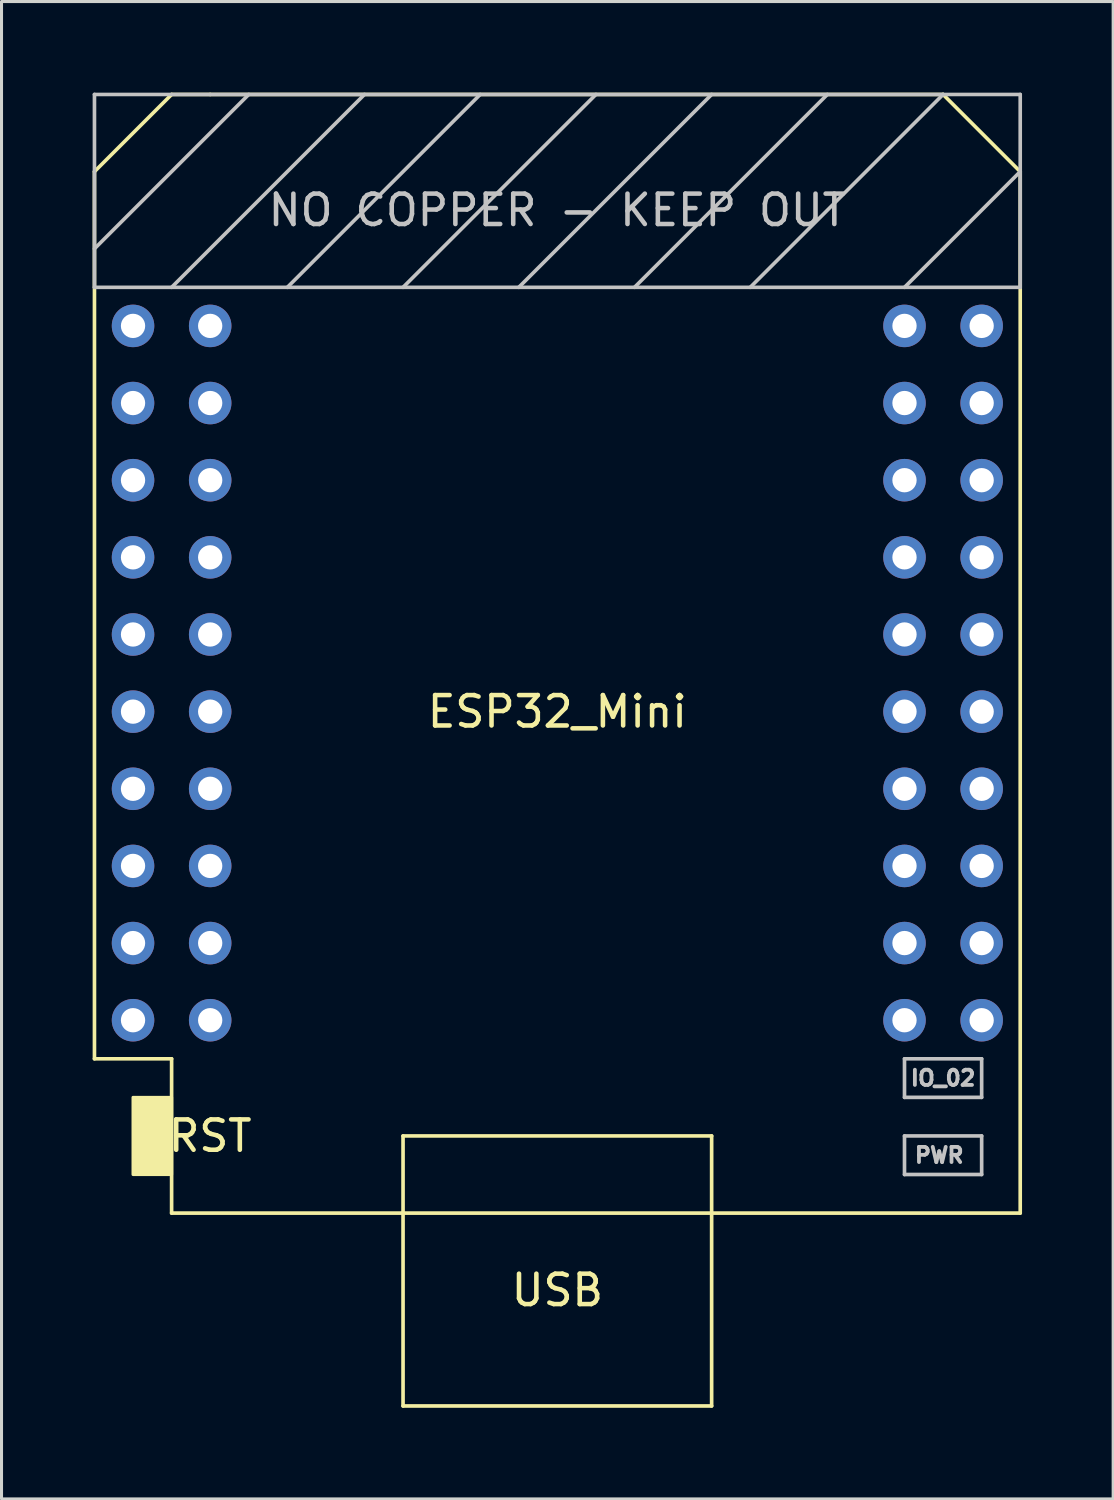
<source format=kicad_pcb>
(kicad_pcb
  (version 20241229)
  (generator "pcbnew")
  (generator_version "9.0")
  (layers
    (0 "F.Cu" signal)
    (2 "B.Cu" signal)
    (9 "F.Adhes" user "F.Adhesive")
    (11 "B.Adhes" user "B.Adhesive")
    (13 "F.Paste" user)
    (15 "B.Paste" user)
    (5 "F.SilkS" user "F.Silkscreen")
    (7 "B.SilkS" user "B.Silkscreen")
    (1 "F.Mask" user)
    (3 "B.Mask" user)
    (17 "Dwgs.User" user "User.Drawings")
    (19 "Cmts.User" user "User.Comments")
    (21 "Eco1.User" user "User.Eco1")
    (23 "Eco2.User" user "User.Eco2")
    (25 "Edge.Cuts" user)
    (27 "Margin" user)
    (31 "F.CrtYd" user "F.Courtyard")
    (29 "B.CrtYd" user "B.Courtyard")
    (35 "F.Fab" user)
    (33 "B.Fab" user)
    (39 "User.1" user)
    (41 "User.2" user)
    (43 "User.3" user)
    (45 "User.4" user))
  (footprint "ESP32_Mini"
    (layer "F.Cu")
    (at 15.3 19.11)
    (property "Reference" "ESP32_Mini" (at 0 1.27 0) (layer "F.SilkS") (effects (font (size 1 1) (thickness 0.15))))
    (attr through_hole)
    (fp_line (start -15.24 -16.51) (end -15.24 12.7) (stroke (width 0.12) (type solid)) (layer "F.SilkS"))
    (fp_line (start -15.24 12.7) (end -12.7 12.7) (stroke (width 0.12) (type solid)) (layer "F.SilkS"))
    (fp_line (start -12.7 -19.05) (end -15.24 -16.51) (stroke (width 0.12) (type solid)) (layer "F.SilkS"))
    (fp_line (start -12.7 -19.05) (end -11.43 -19.05) (stroke (width 0.12) (type solid)) (layer "F.SilkS"))
    (fp_line (start -12.7 12.7) (end -12.7 17.78) (stroke (width 0.12) (type solid)) (layer "F.SilkS"))
    (fp_line (start -12.7 17.78) (end 15.24 17.78) (stroke (width 0.12) (type solid)) (layer "F.SilkS"))
    (fp_line (start -5.08 15.24) (end 5.08 15.24) (stroke (width 0.12) (type solid)) (layer "F.SilkS"))
    (fp_line (start -5.08 17.78) (end -5.08 15.24) (stroke (width 0.12) (type solid)) (layer "F.SilkS"))
    (fp_line (start -5.08 17.78) (end -5.08 24.13) (stroke (width 0.12) (type solid)) (layer "F.SilkS"))
    (fp_line (start -5.08 24.13) (end 5.08 24.13) (stroke (width 0.12) (type solid)) (layer "F.SilkS"))
    (fp_line (start 5.08 15.24) (end 5.08 17.78) (stroke (width 0.12) (type solid)) (layer "F.SilkS"))
    (fp_line (start 5.08 24.13) (end 5.08 17.78) (stroke (width 0.12) (type solid)) (layer "F.SilkS"))
    (fp_line (start 12.7 -19.05) (end -11.43 -19.05) (stroke (width 0.12) (type solid)) (layer "F.SilkS"))
    (fp_line (start 12.7 -19.05) (end 15.24 -16.51) (stroke (width 0.12) (type solid)) (layer "F.SilkS"))
    (fp_line (start 15.24 -16.51) (end 15.24 17.78) (stroke (width 0.12) (type solid)) (layer "F.SilkS"))
    (fp_poly (pts (xy -13.97 16.51) (xy -13.97 13.97) (xy -12.7 13.97) (xy -12.7 16.51)) (stroke (width 0.1) (type solid)) (fill yes) (layer "F.SilkS"))
    (fp_line (start -15.24 -19.05) (end -15.24 -12.7) (stroke (width 0.12) (type solid)) (layer "Dwgs.User"))
    (fp_line (start -15.24 -12.7) (end 15.24 -12.7) (stroke (width 0.12) (type solid)) (layer "Dwgs.User"))
    (fp_line (start -10.16 -19.05) (end -15.24 -13.97) (stroke (width 0.12) (type solid)) (layer "Dwgs.User"))
    (fp_line (start -6.35 -19.05) (end -12.7 -12.7) (stroke (width 0.12) (type solid)) (layer "Dwgs.User"))
    (fp_line (start -2.54 -19.05) (end -8.89 -12.7) (stroke (width 0.12) (type solid)) (layer "Dwgs.User"))
    (fp_line (start 1.27 -19.05) (end -5.08 -12.7) (stroke (width 0.12) (type solid)) (layer "Dwgs.User"))
    (fp_line (start 5.08 -19.05) (end -1.27 -12.7) (stroke (width 0.12) (type solid)) (layer "Dwgs.User"))
    (fp_line (start 8.89 -19.05) (end 2.54 -12.7) (stroke (width 0.12) (type solid)) (layer "Dwgs.User"))
    (fp_line (start 11.43 12.7) (end 11.43 13.97) (stroke (width 0.12) (type solid)) (layer "Dwgs.User"))
    (fp_line (start 11.43 13.97) (end 13.97 13.97) (stroke (width 0.12) (type solid)) (layer "Dwgs.User"))
    (fp_line (start 11.43 15.24) (end 13.97 15.24) (stroke (width 0.12) (type solid)) (layer "Dwgs.User"))
    (fp_line (start 11.43 16.51) (end 11.43 15.24) (stroke (width 0.12) (type solid)) (layer "Dwgs.User"))
    (fp_line (start 12.7 -19.05) (end 6.35 -12.7) (stroke (width 0.12) (type solid)) (layer "Dwgs.User"))
    (fp_line (start 13.97 12.7) (end 11.43 12.7) (stroke (width 0.12) (type solid)) (layer "Dwgs.User"))
    (fp_line (start 13.97 13.97) (end 13.97 12.7) (stroke (width 0.12) (type solid)) (layer "Dwgs.User"))
    (fp_line (start 13.97 15.24) (end 13.97 16.51) (stroke (width 0.12) (type solid)) (layer "Dwgs.User"))
    (fp_line (start 13.97 16.51) (end 11.43 16.51) (stroke (width 0.12) (type solid)) (layer "Dwgs.User"))
    (fp_line (start 15.24 -19.05) (end -15.24 -19.05) (stroke (width 0.12) (type solid)) (layer "Dwgs.User"))
    (fp_line (start 15.24 -16.51) (end 11.43 -12.7) (stroke (width 0.12) (type solid)) (layer "Dwgs.User"))
    (fp_line (start 15.24 -12.7) (end 15.24 -19.05) (stroke (width 0.12) (type solid)) (layer "Dwgs.User"))
    (fp_text user "RST" (at -11.43 15.24 0) (layer "F.SilkS") (effects (font (size 1 1) (thickness 0.15))))
    (fp_text user "USB" (at 0 20.32 0) (layer "F.SilkS") (effects (font (size 1 1) (thickness 0.15))))
    (fp_text user "NO COPPER - KEEP OUT" (at 0 -15.24 0) (layer "Dwgs.User") (effects (font (size 1 1) (thickness 0.15))))
    (fp_text user "IO_02" (at 12.7 13.335 0) (layer "Dwgs.User") (effects (font (size 0.5 0.5) (thickness 0.125))))
    (fp_text user "PWR" (at 12.573 15.875 0) (layer "Dwgs.User") (effects (font (size 0.5 0.5) (thickness 0.125))))
    (pad "1" thru_hole circle (at -13.97 -11.43 270) (size 1.4 1.4) (drill 0.8) (layers "*.Cu" "*.Mask"))
    (pad "2" thru_hole circle (at -11.43 -11.43 270) (size 1.4 1.4) (drill 0.8) (layers "*.Cu" "*.Mask"))
    (pad "3" thru_hole circle (at -13.97 -8.89 270) (size 1.4 1.4) (drill 0.8) (layers "*.Cu" "*.Mask"))
    (pad "4" thru_hole circle (at -11.43 -8.89 270) (size 1.4 1.4) (drill 0.8) (layers "*.Cu" "*.Mask"))
    (pad "5" thru_hole circle (at -13.97 -6.35 270) (size 1.4 1.4) (drill 0.8) (layers "*.Cu" "*.Mask"))
    (pad "6" thru_hole circle (at -11.43 -6.35 270) (size 1.4 1.4) (drill 0.8) (layers "*.Cu" "*.Mask"))
    (pad "7" thru_hole circle (at -13.97 -3.81 270) (size 1.4 1.4) (drill 0.8) (layers "*.Cu" "*.Mask"))
    (pad "8" thru_hole circle (at -11.43 -3.81 270) (size 1.4 1.4) (drill 0.8) (layers "*.Cu" "*.Mask"))
    (pad "9" thru_hole circle (at -13.97 -1.27 270) (size 1.4 1.4) (drill 0.8) (layers "*.Cu" "*.Mask"))
    (pad "10" thru_hole circle (at -11.43 -1.27 270) (size 1.4 1.4) (drill 0.8) (layers "*.Cu" "*.Mask"))
    (pad "11" thru_hole circle (at -13.97 1.27 270) (size 1.4 1.4) (drill 0.8) (layers "*.Cu" "*.Mask"))
    (pad "12" thru_hole circle (at -11.43 1.27 270) (size 1.4 1.4) (drill 0.8) (layers "*.Cu" "*.Mask"))
    (pad "13" thru_hole circle (at -13.97 3.81 270) (size 1.4 1.4) (drill 0.8) (layers "*.Cu" "*.Mask"))
    (pad "14" thru_hole circle (at -11.43 3.81 270) (size 1.4 1.4) (drill 0.8) (layers "*.Cu" "*.Mask"))
    (pad "15" thru_hole circle (at -13.97 6.35 270) (size 1.4 1.4) (drill 0.8) (layers "*.Cu" "*.Mask"))
    (pad "16" thru_hole circle (at -11.43 6.35 270) (size 1.4 1.4) (drill 0.8) (layers "*.Cu" "*.Mask"))
    (pad "17" thru_hole circle (at -13.97 8.89 270) (size 1.4 1.4) (drill 0.8) (layers "*.Cu" "*.Mask"))
    (pad "18" thru_hole circle (at -11.43 8.89 270) (size 1.4 1.4) (drill 0.8) (layers "*.Cu" "*.Mask"))
    (pad "19" thru_hole circle (at -13.97 11.43 270) (size 1.4 1.4) (drill 0.8) (layers "*.Cu" "*.Mask"))
    (pad "20" thru_hole circle (at -11.43 11.43 270) (size 1.4 1.4) (drill 0.8) (layers "*.Cu" "*.Mask"))
    (pad "21" thru_hole circle (at 11.43 -11.43 270) (size 1.4 1.4) (drill 0.8) (layers "*.Cu" "*.Mask"))
    (pad "22" thru_hole circle (at 13.97 -11.43 270) (size 1.4 1.4) (drill 0.8) (layers "*.Cu" "*.Mask"))
    (pad "23" thru_hole circle (at 11.43 -8.89 270) (size 1.4 1.4) (drill 0.8) (layers "*.Cu" "*.Mask"))
    (pad "24" thru_hole circle (at 13.97 -8.89 270) (size 1.4 1.4) (drill 0.8) (layers "*.Cu" "*.Mask"))
    (pad "25" thru_hole circle (at 11.43 -6.35 270) (size 1.4 1.4) (drill 0.8) (layers "*.Cu" "*.Mask"))
    (pad "26" thru_hole circle (at 13.97 -6.35 270) (size 1.4 1.4) (drill 0.8) (layers "*.Cu" "*.Mask"))
    (pad "27" thru_hole circle (at 11.43 -3.81 270) (size 1.4 1.4) (drill 0.8) (layers "*.Cu" "*.Mask"))
    (pad "28" thru_hole circle (at 13.97 -3.81 270) (size 1.4 1.4) (drill 0.8) (layers "*.Cu" "*.Mask"))
    (pad "29" thru_hole circle (at 11.43 -1.27 270) (size 1.4 1.4) (drill 0.8) (layers "*.Cu" "*.Mask"))
    (pad "30" thru_hole circle (at 13.97 -1.27 270) (size 1.4 1.4) (drill 0.8) (layers "*.Cu" "*.Mask"))
    (pad "31" thru_hole circle (at 11.43 1.27 270) (size 1.4 1.4) (drill 0.8) (layers "*.Cu" "*.Mask"))
    (pad "32" thru_hole circle (at 13.97 1.27 270) (size 1.4 1.4) (drill 0.8) (layers "*.Cu" "*.Mask"))
    (pad "33" thru_hole circle (at 11.43 3.81 270) (size 1.4 1.4) (drill 0.8) (layers "*.Cu" "*.Mask"))
    (pad "34" thru_hole circle (at 13.97 3.81 270) (size 1.4 1.4) (drill 0.8) (layers "*.Cu" "*.Mask"))
    (pad "35" thru_hole circle (at 11.43 6.35 270) (size 1.4 1.4) (drill 0.8) (layers "*.Cu" "*.Mask"))
    (pad "36" thru_hole circle (at 13.97 6.35 270) (size 1.4 1.4) (drill 0.8) (layers "*.Cu" "*.Mask"))
    (pad "37" thru_hole circle (at 11.43 8.89 270) (size 1.4 1.4) (drill 0.8) (layers "*.Cu" "*.Mask"))
    (pad "38" thru_hole circle (at 13.97 8.89 270) (size 1.4 1.4) (drill 0.8) (layers "*.Cu" "*.Mask"))
    (pad "39" thru_hole circle (at 11.43 11.43 270) (size 1.4 1.4) (drill 0.8) (layers "*.Cu" "*.Mask"))
    (pad "40" thru_hole circle (at 13.97 11.43 270) (size 1.4 1.4) (drill 0.8) (layers "*.Cu" "*.Mask")))
  (gr_rect
    (start -3 -3)
    (end 33.6 46.3)
    (stroke (width 0.1) (type default))
    (fill no)
    (layer "Edge.Cuts")))
</source>
